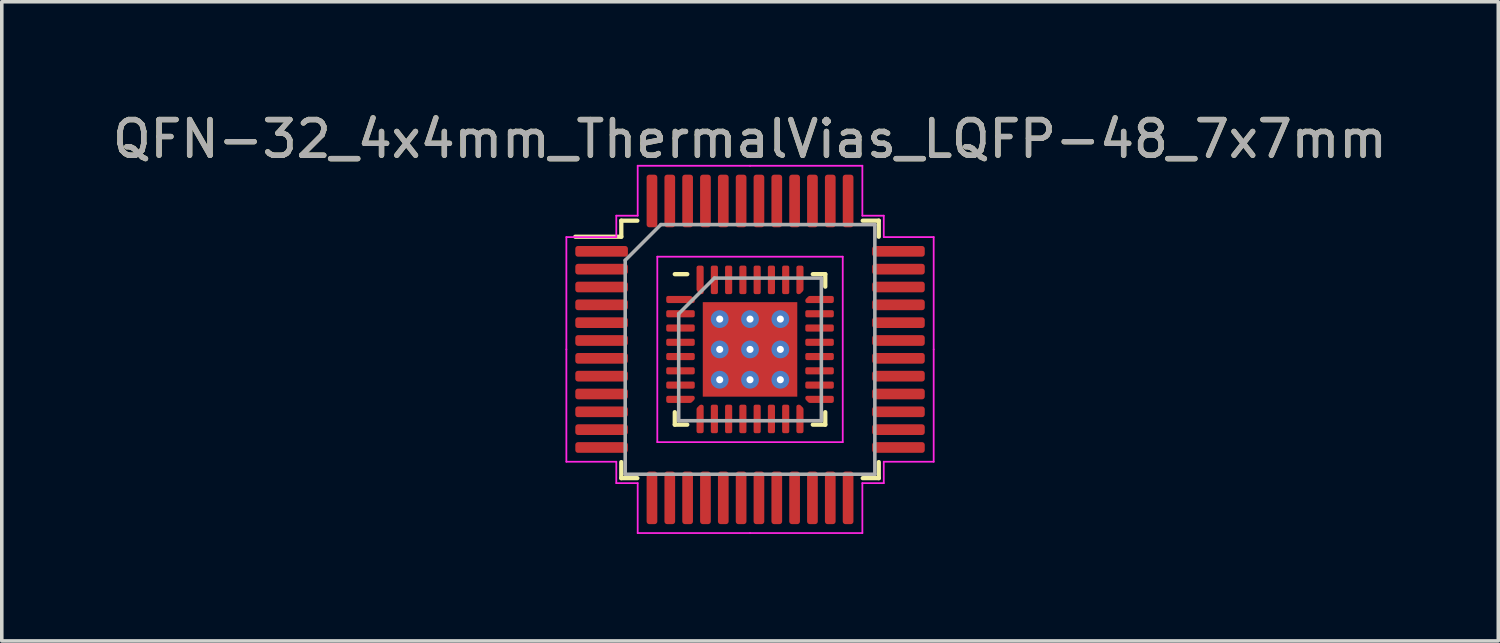
<source format=kicad_pcb>
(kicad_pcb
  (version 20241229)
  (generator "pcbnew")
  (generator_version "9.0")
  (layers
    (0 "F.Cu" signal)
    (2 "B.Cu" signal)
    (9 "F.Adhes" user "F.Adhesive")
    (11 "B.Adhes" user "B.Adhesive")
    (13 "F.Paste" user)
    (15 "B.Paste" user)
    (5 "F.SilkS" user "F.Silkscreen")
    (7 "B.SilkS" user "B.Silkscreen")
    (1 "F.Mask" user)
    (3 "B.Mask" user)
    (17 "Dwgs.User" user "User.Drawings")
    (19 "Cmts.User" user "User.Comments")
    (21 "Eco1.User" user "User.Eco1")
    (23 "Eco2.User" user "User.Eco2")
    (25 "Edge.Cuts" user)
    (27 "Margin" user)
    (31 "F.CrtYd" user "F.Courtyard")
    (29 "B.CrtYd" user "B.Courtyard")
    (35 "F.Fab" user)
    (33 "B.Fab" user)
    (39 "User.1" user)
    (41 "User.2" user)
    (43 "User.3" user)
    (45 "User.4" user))
  (footprint "QFN-32_4x4mm_ThermalVias_LQFP-48_7x7mm"
    (layer "F.Cu")
    (at 17.982 6.748)
    (property "Reference" "QFN-32_4x4mm_ThermalVias_LQFP-48_7x7mm" (at 0 -5.9 0) (layer "F.SilkS") (effects (font (size 1 1) (thickness 0.15))))
    (attr smd)
    (fp_line (start -3.61 -3.61) (end -3.61 -3.16) (stroke (width 0.12) (type solid)) (layer "F.SilkS"))
    (fp_line (start -3.61 -3.16) (end -4.9 -3.16) (stroke (width 0.12) (type solid)) (layer "F.SilkS"))
    (fp_line (start -3.61 3.61) (end -3.61 3.16) (stroke (width 0.12) (type solid)) (layer "F.SilkS"))
    (fp_line (start -3.16 -3.61) (end -3.61 -3.61) (stroke (width 0.12) (type solid)) (layer "F.SilkS"))
    (fp_line (start -3.16 3.61) (end -3.61 3.61) (stroke (width 0.12) (type solid)) (layer "F.SilkS"))
    (fp_line (start -2.11 2.11) (end -2.11 1.76) (stroke (width 0.12) (type solid)) (layer "F.SilkS"))
    (fp_line (start -1.76 -2.11) (end -2.11 -2.11) (stroke (width 0.12) (type solid)) (layer "F.SilkS"))
    (fp_line (start -1.76 2.11) (end -2.11 2.11) (stroke (width 0.12) (type solid)) (layer "F.SilkS"))
    (fp_line (start 1.76 -2.11) (end 2.11 -2.11) (stroke (width 0.12) (type solid)) (layer "F.SilkS"))
    (fp_line (start 1.76 2.11) (end 2.11 2.11) (stroke (width 0.12) (type solid)) (layer "F.SilkS"))
    (fp_line (start 2.11 -2.11) (end 2.11 -1.76) (stroke (width 0.12) (type solid)) (layer "F.SilkS"))
    (fp_line (start 2.11 2.11) (end 2.11 1.76) (stroke (width 0.12) (type solid)) (layer "F.SilkS"))
    (fp_line (start 3.16 -3.61) (end 3.61 -3.61) (stroke (width 0.12) (type solid)) (layer "F.SilkS"))
    (fp_line (start 3.16 3.61) (end 3.61 3.61) (stroke (width 0.12) (type solid)) (layer "F.SilkS"))
    (fp_line (start 3.61 -3.61) (end 3.61 -3.16) (stroke (width 0.12) (type solid)) (layer "F.SilkS"))
    (fp_line (start 3.61 3.61) (end 3.61 3.16) (stroke (width 0.12) (type solid)) (layer "F.SilkS"))
    (fp_line (start -5.15 -3.15) (end -5.15 0) (stroke (width 0.05) (type solid)) (layer "F.CrtYd"))
    (fp_line (start -5.15 3.15) (end -5.15 0) (stroke (width 0.05) (type solid)) (layer "F.CrtYd"))
    (fp_line (start -3.75 -3.75) (end -3.75 -3.15) (stroke (width 0.05) (type solid)) (layer "F.CrtYd"))
    (fp_line (start -3.75 -3.15) (end -5.15 -3.15) (stroke (width 0.05) (type solid)) (layer "F.CrtYd"))
    (fp_line (start -3.75 3.15) (end -5.15 3.15) (stroke (width 0.05) (type solid)) (layer "F.CrtYd"))
    (fp_line (start -3.75 3.75) (end -3.75 3.15) (stroke (width 0.05) (type solid)) (layer "F.CrtYd"))
    (fp_line (start -3.15 -5.15) (end -3.15 -3.75) (stroke (width 0.05) (type solid)) (layer "F.CrtYd"))
    (fp_line (start -3.15 -3.75) (end -3.75 -3.75) (stroke (width 0.05) (type solid)) (layer "F.CrtYd"))
    (fp_line (start -3.15 3.75) (end -3.75 3.75) (stroke (width 0.05) (type solid)) (layer "F.CrtYd"))
    (fp_line (start -3.15 5.15) (end -3.15 3.75) (stroke (width 0.05) (type solid)) (layer "F.CrtYd"))
    (fp_line (start -2.6 -2.6) (end -2.6 2.6) (stroke (width 0.05) (type solid)) (layer "F.CrtYd"))
    (fp_line (start -2.6 2.6) (end 2.6 2.6) (stroke (width 0.05) (type solid)) (layer "F.CrtYd"))
    (fp_line (start 0 -5.15) (end -3.15 -5.15) (stroke (width 0.05) (type solid)) (layer "F.CrtYd"))
    (fp_line (start 0 -5.15) (end 3.15 -5.15) (stroke (width 0.05) (type solid)) (layer "F.CrtYd"))
    (fp_line (start 0 5.15) (end -3.15 5.15) (stroke (width 0.05) (type solid)) (layer "F.CrtYd"))
    (fp_line (start 0 5.15) (end 3.15 5.15) (stroke (width 0.05) (type solid)) (layer "F.CrtYd"))
    (fp_line (start 2.6 -2.6) (end -2.6 -2.6) (stroke (width 0.05) (type solid)) (layer "F.CrtYd"))
    (fp_line (start 2.6 2.6) (end 2.6 -2.6) (stroke (width 0.05) (type solid)) (layer "F.CrtYd"))
    (fp_line (start 3.15 -5.15) (end 3.15 -3.75) (stroke (width 0.05) (type solid)) (layer "F.CrtYd"))
    (fp_line (start 3.15 -3.75) (end 3.75 -3.75) (stroke (width 0.05) (type solid)) (layer "F.CrtYd"))
    (fp_line (start 3.15 3.75) (end 3.75 3.75) (stroke (width 0.05) (type solid)) (layer "F.CrtYd"))
    (fp_line (start 3.15 5.15) (end 3.15 3.75) (stroke (width 0.05) (type solid)) (layer "F.CrtYd"))
    (fp_line (start 3.75 -3.75) (end 3.75 -3.15) (stroke (width 0.05) (type solid)) (layer "F.CrtYd"))
    (fp_line (start 3.75 -3.15) (end 5.15 -3.15) (stroke (width 0.05) (type solid)) (layer "F.CrtYd"))
    (fp_line (start 3.75 3.15) (end 5.15 3.15) (stroke (width 0.05) (type solid)) (layer "F.CrtYd"))
    (fp_line (start 3.75 3.75) (end 3.75 3.15) (stroke (width 0.05) (type solid)) (layer "F.CrtYd"))
    (fp_line (start 5.15 -3.15) (end 5.15 0) (stroke (width 0.05) (type solid)) (layer "F.CrtYd"))
    (fp_line (start 5.15 3.15) (end 5.15 0) (stroke (width 0.05) (type solid)) (layer "F.CrtYd"))
    (fp_line (start -3.5 -2.5) (end -2.5 -3.5) (stroke (width 0.1) (type solid)) (layer "F.Fab"))
    (fp_line (start -3.5 3.5) (end -3.5 -2.5) (stroke (width 0.1) (type solid)) (layer "F.Fab"))
    (fp_line (start -2.5 -3.5) (end 3.5 -3.5) (stroke (width 0.1) (type solid)) (layer "F.Fab"))
    (fp_line (start -2 -1) (end -1 -2) (stroke (width 0.1) (type solid)) (layer "F.Fab"))
    (fp_line (start -2 2) (end -2 -1) (stroke (width 0.1) (type solid)) (layer "F.Fab"))
    (fp_line (start -1 -2) (end 2 -2) (stroke (width 0.1) (type solid)) (layer "F.Fab"))
    (fp_line (start 2 -2) (end 2 2) (stroke (width 0.1) (type solid)) (layer "F.Fab"))
    (fp_line (start 2 2) (end -2 2) (stroke (width 0.1) (type solid)) (layer "F.Fab"))
    (fp_line (start 3.5 -3.5) (end 3.5 3.5) (stroke (width 0.1) (type solid)) (layer "F.Fab"))
    (fp_line (start 3.5 3.5) (end -3.5 3.5) (stroke (width 0.1) (type solid)) (layer "F.Fab"))
    (fp_text user "${REFERENCE}" (at 0 -5.9 0) (layer "F.Fab") (effects (font (size 1 1) (thickness 0.15))))
    (pad "" smd custom (at -1.087 -1.087) (size 0.248 0.248) (layers "F.Paste") (options (anchor circle)) (primitives (gr_poly (pts (xy -0.096 -0.096) (xy 0.096 -0.096) (xy 0.096 -0.039) (xy -0.039 0.096) (xy -0.096 0.096)) (width 0.191) (fill yes))))
    (pad "" smd custom (at -1.087 -0.425) (size 0.274 0.274) (layers "F.Paste") (options (anchor circle)) (primitives (gr_poly (pts (xy -0.096 -0.247) (xy -0.003 -0.247) (xy 0.096 -0.149) (xy 0.096 0.149) (xy -0.003 0.247) (xy -0.096 0.247)) (width 0.191) (fill yes))))
    (pad "" smd custom (at -1.087 0.425) (size 0.274 0.274) (layers "F.Paste") (options (anchor circle)) (primitives (gr_poly (pts (xy -0.096 -0.247) (xy -0.003 -0.247) (xy 0.096 -0.149) (xy 0.096 0.149) (xy -0.003 0.247) (xy -0.096 0.247)) (width 0.191) (fill yes))))
    (pad "" smd custom (at -1.087 1.087) (size 0.248 0.248) (layers "F.Paste") (options (anchor circle)) (primitives (gr_poly (pts (xy -0.096 -0.096) (xy -0.039 -0.096) (xy 0.096 0.039) (xy 0.096 0.096) (xy -0.096 0.096)) (width 0.191) (fill yes))))
    (pad "" smd custom (at -0.425 -1.087) (size 0.274 0.274) (layers "F.Paste") (options (anchor circle)) (primitives (gr_poly (pts (xy -0.247 -0.096) (xy 0.247 -0.096) (xy 0.247 -0.003) (xy 0.149 0.096) (xy -0.149 0.096) (xy -0.247 -0.003)) (width 0.191) (fill yes))))
    (pad "" smd custom (at -0.425 -0.425) (size 0.602 0.602) (layers "F.Paste") (options (anchor circle)) (primitives (gr_poly (pts (xy -0.259 -0.19) (xy -0.19 -0.259) (xy 0.19 -0.259) (xy 0.259 -0.19) (xy 0.259 0.19) (xy 0.19 0.259) (xy -0.19 0.259) (xy -0.259 0.19)) (width 0.167) (fill yes))))
    (pad "" smd custom (at -0.425 0.425) (size 0.602 0.602) (layers "F.Paste") (options (anchor circle)) (primitives (gr_poly (pts (xy -0.259 -0.19) (xy -0.19 -0.259) (xy 0.19 -0.259) (xy 0.259 -0.19) (xy 0.259 0.19) (xy 0.19 0.259) (xy -0.19 0.259) (xy -0.259 0.19)) (width 0.167) (fill yes))))
    (pad "" smd custom (at -0.425 1.087) (size 0.274 0.274) (layers "F.Paste") (options (anchor circle)) (primitives (gr_poly (pts (xy -0.247 0.003) (xy -0.149 -0.096) (xy 0.149 -0.096) (xy 0.247 0.003) (xy 0.247 0.096) (xy -0.247 0.096)) (width 0.191) (fill yes))))
    (pad "" smd custom (at 0.425 -1.087) (size 0.274 0.274) (layers "F.Paste") (options (anchor circle)) (primitives (gr_poly (pts (xy -0.247 -0.096) (xy 0.247 -0.096) (xy 0.247 -0.003) (xy 0.149 0.096) (xy -0.149 0.096) (xy -0.247 -0.003)) (width 0.191) (fill yes))))
    (pad "" smd custom (at 0.425 -0.425) (size 0.602 0.602) (layers "F.Paste") (options (anchor circle)) (primitives (gr_poly (pts (xy -0.259 -0.19) (xy -0.19 -0.259) (xy 0.19 -0.259) (xy 0.259 -0.19) (xy 0.259 0.19) (xy 0.19 0.259) (xy -0.19 0.259) (xy -0.259 0.19)) (width 0.167) (fill yes))))
    (pad "" smd custom (at 0.425 0.425) (size 0.602 0.602) (layers "F.Paste") (options (anchor circle)) (primitives (gr_poly (pts (xy -0.259 -0.19) (xy -0.19 -0.259) (xy 0.19 -0.259) (xy 0.259 -0.19) (xy 0.259 0.19) (xy 0.19 0.259) (xy -0.19 0.259) (xy -0.259 0.19)) (width 0.167) (fill yes))))
    (pad "" smd custom (at 0.425 1.087) (size 0.274 0.274) (layers "F.Paste") (options (anchor circle)) (primitives (gr_poly (pts (xy -0.247 0.003) (xy -0.149 -0.096) (xy 0.149 -0.096) (xy 0.247 0.003) (xy 0.247 0.096) (xy -0.247 0.096)) (width 0.191) (fill yes))))
    (pad "" smd custom (at 1.087 -1.087) (size 0.248 0.248) (layers "F.Paste") (options (anchor circle)) (primitives (gr_poly (pts (xy -0.096 -0.096) (xy 0.096 -0.096) (xy 0.096 0.096) (xy 0.039 0.096) (xy -0.096 -0.039)) (width 0.191) (fill yes))))
    (pad "" smd custom (at 1.087 -0.425) (size 0.274 0.274) (layers "F.Paste") (options (anchor circle)) (primitives (gr_poly (pts (xy -0.096 -0.149) (xy 0.003 -0.247) (xy 0.096 -0.247) (xy 0.096 0.247) (xy 0.003 0.247) (xy -0.096 0.149)) (width 0.191) (fill yes))))
    (pad "" smd custom (at 1.087 0.425) (size 0.274 0.274) (layers "F.Paste") (options (anchor circle)) (primitives (gr_poly (pts (xy -0.096 -0.149) (xy 0.003 -0.247) (xy 0.096 -0.247) (xy 0.096 0.247) (xy 0.003 0.247) (xy -0.096 0.149)) (width 0.191) (fill yes))))
    (pad "" smd custom (at 1.087 1.087) (size 0.248 0.248) (layers "F.Paste") (options (anchor circle)) (primitives (gr_poly (pts (xy -0.096 0.039) (xy 0.039 -0.096) (xy 0.096 -0.096) (xy 0.096 0.096) (xy -0.096 0.096)) (width 0.191) (fill yes))))
    (pad "1" smd roundrect (at -4.162 -2.75) (size 1.475 0.3) (layers "F.Cu" "F.Mask" "F.Paste") (roundrect_rratio 0.25))
    (pad "2" smd roundrect (at -4.162 -2.25) (size 1.475 0.3) (layers "F.Cu" "F.Mask" "F.Paste") (roundrect_rratio 0.25))
    (pad "3" smd roundrect (at -4.162 -1.75) (size 1.475 0.3) (layers "F.Cu" "F.Mask" "F.Paste") (roundrect_rratio 0.25))
    (pad "4" smd roundrect (at -4.162 -1.25) (size 1.475 0.3) (layers "F.Cu" "F.Mask" "F.Paste") (roundrect_rratio 0.25))
    (pad "5" smd roundrect (at -4.162 -0.75) (size 1.475 0.3) (layers "F.Cu" "F.Mask" "F.Paste") (roundrect_rratio 0.25))
    (pad "5" smd roundrect (at -1.95 -1) (size 0.8 0.2) (layers "F.Cu" "F.Mask" "F.Paste") (roundrect_rratio 0.25))
    (pad "6" smd roundrect (at -4.162 -0.25) (size 1.475 0.3) (layers "F.Cu" "F.Mask" "F.Paste") (roundrect_rratio 0.25))
    (pad "6" smd roundrect (at -1.95 -0.6) (size 0.8 0.2) (layers "F.Cu" "F.Mask" "F.Paste") (roundrect_rratio 0.25))
    (pad "7" smd roundrect (at -4.162 0.25) (size 1.475 0.3) (layers "F.Cu" "F.Mask" "F.Paste") (roundrect_rratio 0.25))
    (pad "7" smd roundrect (at -1.95 -0.2) (size 0.8 0.2) (layers "F.Cu" "F.Mask" "F.Paste") (roundrect_rratio 0.25))
    (pad "8" smd roundrect (at -4.162 0.75) (size 1.475 0.3) (layers "F.Cu" "F.Mask" "F.Paste") (roundrect_rratio 0.25))
    (pad "9" smd roundrect (at -4.162 1.25) (size 1.475 0.3) (layers "F.Cu" "F.Mask" "F.Paste") (roundrect_rratio 0.25))
    (pad "9" smd roundrect (at -1.95 0.2) (size 0.8 0.2) (layers "F.Cu" "F.Mask" "F.Paste") (roundrect_rratio 0.25))
    (pad "10" smd roundrect (at -4.162 1.75) (size 1.475 0.3) (layers "F.Cu" "F.Mask" "F.Paste") (roundrect_rratio 0.25))
    (pad "10" smd roundrect (at -1.95 0.6) (size 0.8 0.2) (layers "F.Cu" "F.Mask" "F.Paste") (roundrect_rratio 0.25))
    (pad "11" smd roundrect (at -4.162 2.25) (size 1.475 0.3) (layers "F.Cu" "F.Mask" "F.Paste") (roundrect_rratio 0.25))
    (pad "11" smd roundrect (at -1.95 1) (size 0.8 0.2) (layers "F.Cu" "F.Mask" "F.Paste") (roundrect_rratio 0.25))
    (pad "12" smd roundrect (at -4.162 2.75) (size 1.475 0.3) (layers "F.Cu" "F.Mask" "F.Paste") (roundrect_rratio 0.25))
    (pad "12" smd custom (at -1.95 1.4) (size 0.129 0.129) (layers "F.Cu" "F.Mask" "F.Paste") (options (anchor circle)) (primitives (gr_poly (pts (xy -0.35 -0.05) (xy 0.35 -0.05) (xy 0.35 -0.021) (xy 0.279 0.05) (xy -0.35 0.05)) (width 0.1) (fill yes))))
    (pad "13" smd roundrect (at -2.75 4.162) (size 0.3 1.475) (layers "F.Cu" "F.Mask" "F.Paste") (roundrect_rratio 0.25))
    (pad "13" smd custom (at -1.4 1.95) (size 0.129 0.129) (layers "F.Cu" "F.Mask" "F.Paste") (options (anchor circle)) (primitives (gr_poly (pts (xy -0.05 -0.279) (xy 0.021 -0.35) (xy 0.05 -0.35) (xy 0.05 0.35) (xy -0.05 0.35)) (width 0.1) (fill yes))))
    (pad "14" smd roundrect (at -2.25 4.162) (size 0.3 1.475) (layers "F.Cu" "F.Mask" "F.Paste") (roundrect_rratio 0.25))
    (pad "14" smd roundrect (at -1 1.95) (size 0.2 0.8) (layers "F.Cu" "F.Mask" "F.Paste") (roundrect_rratio 0.25))
    (pad "15" smd roundrect (at -1.75 4.162) (size 0.3 1.475) (layers "F.Cu" "F.Mask" "F.Paste") (roundrect_rratio 0.25))
    (pad "15" smd roundrect (at -0.6 1.95) (size 0.2 0.8) (layers "F.Cu" "F.Mask" "F.Paste") (roundrect_rratio 0.25))
    (pad "16" smd roundrect (at -1.25 4.162) (size 0.3 1.475) (layers "F.Cu" "F.Mask" "F.Paste") (roundrect_rratio 0.25))
    (pad "16" smd roundrect (at -0.2 1.95) (size 0.2 0.8) (layers "F.Cu" "F.Mask" "F.Paste") (roundrect_rratio 0.25))
    (pad "17" smd roundrect (at -0.75 4.162) (size 0.3 1.475) (layers "F.Cu" "F.Mask" "F.Paste") (roundrect_rratio 0.25))
    (pad "17" smd roundrect (at 0.2 1.95) (size 0.2 0.8) (layers "F.Cu" "F.Mask" "F.Paste") (roundrect_rratio 0.25))
    (pad "18" smd roundrect (at -0.25 4.162) (size 0.3 1.475) (layers "F.Cu" "F.Mask" "F.Paste") (roundrect_rratio 0.25))
    (pad "18" smd roundrect (at 0.6 1.95) (size 0.2 0.8) (layers "F.Cu" "F.Mask" "F.Paste") (roundrect_rratio 0.25))
    (pad "19" smd roundrect (at 0.25 4.162) (size 0.3 1.475) (layers "F.Cu" "F.Mask" "F.Paste") (roundrect_rratio 0.25))
    (pad "19" smd roundrect (at 1 1.95) (size 0.2 0.8) (layers "F.Cu" "F.Mask" "F.Paste") (roundrect_rratio 0.25))
    (pad "20" smd roundrect (at 0.75 4.162) (size 0.3 1.475) (layers "F.Cu" "F.Mask" "F.Paste") (roundrect_rratio 0.25))
    (pad "20" smd custom (at 1.4 1.95) (size 0.129 0.129) (layers "F.Cu" "F.Mask" "F.Paste") (options (anchor circle)) (primitives (gr_poly (pts (xy -0.05 -0.35) (xy -0.021 -0.35) (xy 0.05 -0.279) (xy 0.05 0.35) (xy -0.05 0.35)) (width 0.1) (fill yes))))
    (pad "21" smd roundrect (at 1.25 4.162) (size 0.3 1.475) (layers "F.Cu" "F.Mask" "F.Paste") (roundrect_rratio 0.25))
    (pad "22" smd roundrect (at 1.75 4.162) (size 0.3 1.475) (layers "F.Cu" "F.Mask" "F.Paste") (roundrect_rratio 0.25))
    (pad "23" smd roundrect (at 2.25 4.162) (size 0.3 1.475) (layers "F.Cu" "F.Mask" "F.Paste") (roundrect_rratio 0.25))
    (pad "24" smd custom (at 1.95 1.4) (size 0.129 0.129) (layers "F.Cu" "F.Mask" "F.Paste") (options (anchor circle)) (primitives (gr_poly (pts (xy -0.35 -0.05) (xy 0.35 -0.05) (xy 0.35 0.05) (xy -0.279 0.05) (xy -0.35 -0.021)) (width 0.1) (fill yes))))
    (pad "24" smd roundrect (at 2.75 4.162) (size 0.3 1.475) (layers "F.Cu" "F.Mask" "F.Paste") (roundrect_rratio 0.25))
    (pad "25" smd roundrect (at 4.162 2.75) (size 1.475 0.3) (layers "F.Cu" "F.Mask" "F.Paste") (roundrect_rratio 0.25))
    (pad "26" smd roundrect (at 4.162 2.25) (size 1.475 0.3) (layers "F.Cu" "F.Mask" "F.Paste") (roundrect_rratio 0.25))
    (pad "27" smd roundrect (at 4.162 1.75) (size 1.475 0.3) (layers "F.Cu" "F.Mask" "F.Paste") (roundrect_rratio 0.25))
    (pad "28" smd roundrect (at 4.162 1.25) (size 1.475 0.3) (layers "F.Cu" "F.Mask" "F.Paste") (roundrect_rratio 0.25))
    (pad "29" smd roundrect (at 1.95 1) (size 0.8 0.2) (layers "F.Cu" "F.Mask" "F.Paste") (roundrect_rratio 0.25))
    (pad "29" smd roundrect (at 4.162 0.75) (size 1.475 0.3) (layers "F.Cu" "F.Mask" "F.Paste") (roundrect_rratio 0.25))
    (pad "30" smd roundrect (at 1.95 0.6) (size 0.8 0.2) (layers "F.Cu" "F.Mask" "F.Paste") (roundrect_rratio 0.25))
    (pad "30" smd roundrect (at 4.162 0.25) (size 1.475 0.3) (layers "F.Cu" "F.Mask" "F.Paste") (roundrect_rratio 0.25))
    (pad "31" smd roundrect (at 1.95 0.2) (size 0.8 0.2) (layers "F.Cu" "F.Mask" "F.Paste") (roundrect_rratio 0.25))
    (pad "31" smd roundrect (at 4.162 -0.25) (size 1.475 0.3) (layers "F.Cu" "F.Mask" "F.Paste") (roundrect_rratio 0.25))
    (pad "32" smd roundrect (at 1.95 -0.2) (size 0.8 0.2) (layers "F.Cu" "F.Mask" "F.Paste") (roundrect_rratio 0.25))
    (pad "32" smd roundrect (at 4.162 -0.75) (size 1.475 0.3) (layers "F.Cu" "F.Mask" "F.Paste") (roundrect_rratio 0.25))
    (pad "33" smd roundrect (at 1.95 -0.6) (size 0.8 0.2) (layers "F.Cu" "F.Mask" "F.Paste") (roundrect_rratio 0.25))
    (pad "33" smd roundrect (at 4.162 -1.25) (size 1.475 0.3) (layers "F.Cu" "F.Mask" "F.Paste") (roundrect_rratio 0.25))
    (pad "34" smd roundrect (at 1.95 -1) (size 0.8 0.2) (layers "F.Cu" "F.Mask" "F.Paste") (roundrect_rratio 0.25))
    (pad "34" smd roundrect (at 4.162 -1.75) (size 1.475 0.3) (layers "F.Cu" "F.Mask" "F.Paste") (roundrect_rratio 0.25))
    (pad "35" smd roundrect (at 4.162 -2.25) (size 1.475 0.3) (layers "F.Cu" "F.Mask" "F.Paste") (roundrect_rratio 0.25))
    (pad "36" smd roundrect (at 4.162 -2.75) (size 1.475 0.3) (layers "F.Cu" "F.Mask" "F.Paste") (roundrect_rratio 0.25))
    (pad "37" smd custom (at 1.95 -1.4) (size 0.129 0.129) (layers "F.Cu" "F.Mask" "F.Paste") (options (anchor circle)) (primitives (gr_poly (pts (xy -0.35 0.021) (xy -0.279 -0.05) (xy 0.35 -0.05) (xy 0.35 0.05) (xy -0.35 0.05)) (width 0.1) (fill yes))))
    (pad "37" smd roundrect (at 2.75 -4.162) (size 0.3 1.475) (layers "F.Cu" "F.Mask" "F.Paste") (roundrect_rratio 0.25))
    (pad "38" smd custom (at 1.4 -1.95) (size 0.129 0.129) (layers "F.Cu" "F.Mask" "F.Paste") (options (anchor circle)) (primitives (gr_poly (pts (xy -0.05 -0.35) (xy 0.05 -0.35) (xy 0.05 0.279) (xy -0.021 0.35) (xy -0.05 0.35)) (width 0.1) (fill yes))))
    (pad "38" smd roundrect (at 2.25 -4.162) (size 0.3 1.475) (layers "F.Cu" "F.Mask" "F.Paste") (roundrect_rratio 0.25))
    (pad "39" smd roundrect (at 1 -1.95) (size 0.2 0.8) (layers "F.Cu" "F.Mask" "F.Paste") (roundrect_rratio 0.25))
    (pad "39" smd roundrect (at 1.75 -4.162) (size 0.3 1.475) (layers "F.Cu" "F.Mask" "F.Paste") (roundrect_rratio 0.25))
    (pad "40" smd roundrect (at 0.6 -1.95) (size 0.2 0.8) (layers "F.Cu" "F.Mask" "F.Paste") (roundrect_rratio 0.25))
    (pad "40" smd roundrect (at 1.25 -4.162) (size 0.3 1.475) (layers "F.Cu" "F.Mask" "F.Paste") (roundrect_rratio 0.25))
    (pad "41" smd roundrect (at 0.2 -1.95) (size 0.2 0.8) (layers "F.Cu" "F.Mask" "F.Paste") (roundrect_rratio 0.25))
    (pad "41" smd roundrect (at 0.75 -4.162) (size 0.3 1.475) (layers "F.Cu" "F.Mask" "F.Paste") (roundrect_rratio 0.25))
    (pad "42" smd roundrect (at -0.2 -1.95) (size 0.2 0.8) (layers "F.Cu" "F.Mask" "F.Paste") (roundrect_rratio 0.25))
    (pad "42" smd roundrect (at 0.25 -4.162) (size 0.3 1.475) (layers "F.Cu" "F.Mask" "F.Paste") (roundrect_rratio 0.25))
    (pad "43" smd roundrect (at -0.6 -1.95) (size 0.2 0.8) (layers "F.Cu" "F.Mask" "F.Paste") (roundrect_rratio 0.25))
    (pad "43" smd roundrect (at -0.25 -4.162) (size 0.3 1.475) (layers "F.Cu" "F.Mask" "F.Paste") (roundrect_rratio 0.25))
    (pad "44" smd roundrect (at -1 -1.95) (size 0.2 0.8) (layers "F.Cu" "F.Mask" "F.Paste") (roundrect_rratio 0.25))
    (pad "44" smd roundrect (at -0.75 -4.162) (size 0.3 1.475) (layers "F.Cu" "F.Mask" "F.Paste") (roundrect_rratio 0.25))
    (pad "45" smd custom (at -1.4 -1.95) (size 0.129 0.129) (layers "F.Cu" "F.Mask" "F.Paste") (options (anchor circle)) (primitives (gr_poly (pts (xy -0.05 -0.35) (xy 0.05 -0.35) (xy 0.05 0.35) (xy 0.021 0.35) (xy -0.05 0.279)) (width 0.1) (fill yes))))
    (pad "45" smd roundrect (at -1.25 -4.162) (size 0.3 1.475) (layers "F.Cu" "F.Mask" "F.Paste") (roundrect_rratio 0.25))
    (pad "46" smd roundrect (at -1.75 -4.162) (size 0.3 1.475) (layers "F.Cu" "F.Mask" "F.Paste") (roundrect_rratio 0.25))
    (pad "47" smd roundrect (at -2.25 -4.162) (size 0.3 1.475) (layers "F.Cu" "F.Mask" "F.Paste") (roundrect_rratio 0.25))
    (pad "48" smd roundrect (at -2.75 -4.162) (size 0.3 1.475) (layers "F.Cu" "F.Mask" "F.Paste") (roundrect_rratio 0.25))
    (pad "48" smd custom (at -1.95 -1.4) (size 0.129 0.129) (layers "F.Cu" "F.Mask" "F.Paste") (options (anchor circle)) (primitives (gr_poly (pts (xy -0.35 -0.05) (xy 0.279 -0.05) (xy 0.35 0.021) (xy 0.35 0.05) (xy -0.35 0.05)) (width 0.1) (fill yes))))
    (pad "49" thru_hole circle (at -0.85 -0.85) (size 0.5 0.5) (drill 0.2) (layers "*.Cu"))
    (pad "49" thru_hole circle (at -0.85 0) (size 0.5 0.5) (drill 0.2) (layers "*.Cu"))
    (pad "49" thru_hole circle (at -0.85 0.85) (size 0.5 0.5) (drill 0.2) (layers "*.Cu"))
    (pad "49" thru_hole circle (at 0 -0.85) (size 0.5 0.5) (drill 0.2) (layers "*.Cu"))
    (pad "49" thru_hole circle (at 0 0) (size 0.5 0.5) (drill 0.2) (layers "*.Cu"))
    (pad "49" smd rect (at 0 0) (size 2.65 2.65) (layers "F.Cu" "F.Mask"))
    (pad "49" thru_hole circle (at 0 0.85) (size 0.5 0.5) (drill 0.2) (layers "*.Cu"))
    (pad "49" thru_hole circle (at 0.85 -0.85) (size 0.5 0.5) (drill 0.2) (layers "*.Cu"))
    (pad "49" thru_hole circle (at 0.85 0) (size 0.5 0.5) (drill 0.2) (layers "*.Cu"))
    (pad "49" thru_hole circle (at 0.85 0.85) (size 0.5 0.5) (drill 0.2) (layers "*.Cu")))
  (gr_rect
    (start -3 -3)
    (end 38.964 14.923)
    (stroke (width 0.1) (type default))
    (fill no)
    (layer "Edge.Cuts")))
</source>
